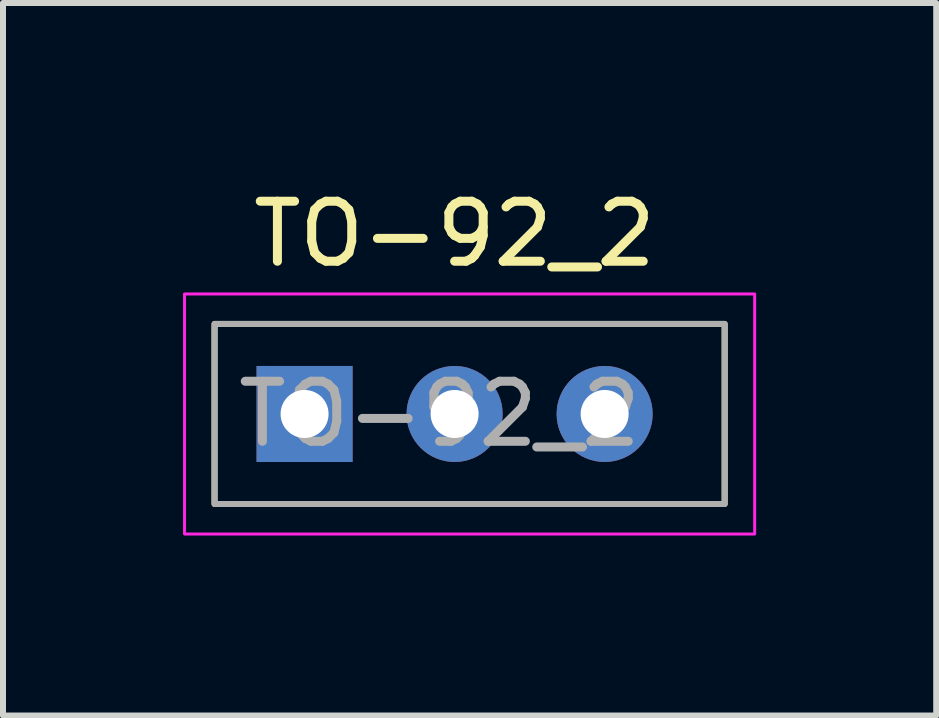
<source format=kicad_pcb>
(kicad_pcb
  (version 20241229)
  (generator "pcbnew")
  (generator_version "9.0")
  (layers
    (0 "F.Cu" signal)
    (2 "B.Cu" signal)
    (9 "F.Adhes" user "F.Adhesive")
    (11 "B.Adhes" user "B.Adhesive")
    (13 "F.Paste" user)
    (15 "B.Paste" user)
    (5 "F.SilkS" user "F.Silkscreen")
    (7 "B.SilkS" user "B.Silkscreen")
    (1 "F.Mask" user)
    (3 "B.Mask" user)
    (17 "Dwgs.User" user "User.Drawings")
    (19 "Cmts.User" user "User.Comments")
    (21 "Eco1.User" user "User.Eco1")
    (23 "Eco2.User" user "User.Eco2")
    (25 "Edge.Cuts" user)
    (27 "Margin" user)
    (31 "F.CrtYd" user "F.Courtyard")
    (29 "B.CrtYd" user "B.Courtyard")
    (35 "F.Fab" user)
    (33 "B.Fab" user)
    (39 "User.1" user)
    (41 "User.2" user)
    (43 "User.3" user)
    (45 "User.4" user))
  (footprint "TO-92_2"
    (layer "F.Cu")
    (at 1.525 3.848)
    (property "Reference" "TO-92_2" (at 3 -3 0) (layer "F.SilkS") (effects (font (size 1 1) (thickness 0.15))))
    (attr through_hole)
    (fp_rect (start -1 -1.5) (end 7.5 1.5) (stroke (width 0.1) (type default)) (fill no) (layer "F.SilkS"))
    (fp_rect (start -1.5 -2) (end 8 2) (stroke (width 0.05) (type default)) (fill no) (layer "F.CrtYd"))
    (fp_rect (start -1 -1.5) (end 7.5 1.5) (stroke (width 0.1) (type default)) (fill no) (layer "F.Fab"))
    (fp_text user "${REFERENCE}" (at 2.75 0 0) (layer "F.Fab") (effects (font (size 1 1) (thickness 0.15))))
    (pad "1" thru_hole rect (at 0.5 0) (size 1.6 1.6) (drill 0.8) (layers "*.Cu" "*.Mask"))
    (pad "2" thru_hole circle (at 3 0) (size 1.6 1.6) (drill 0.8) (layers "*.Cu" "*.Mask"))
    (pad "3" thru_hole circle (at 5.5 0) (size 1.6 1.6) (drill 0.8) (layers "*.Cu" "*.Mask")))
  (gr_rect
    (start -3 -3)
    (end 12.55 8.873)
    (stroke (width 0.1) (type default))
    (fill no)
    (layer "Edge.Cuts")))
</source>
